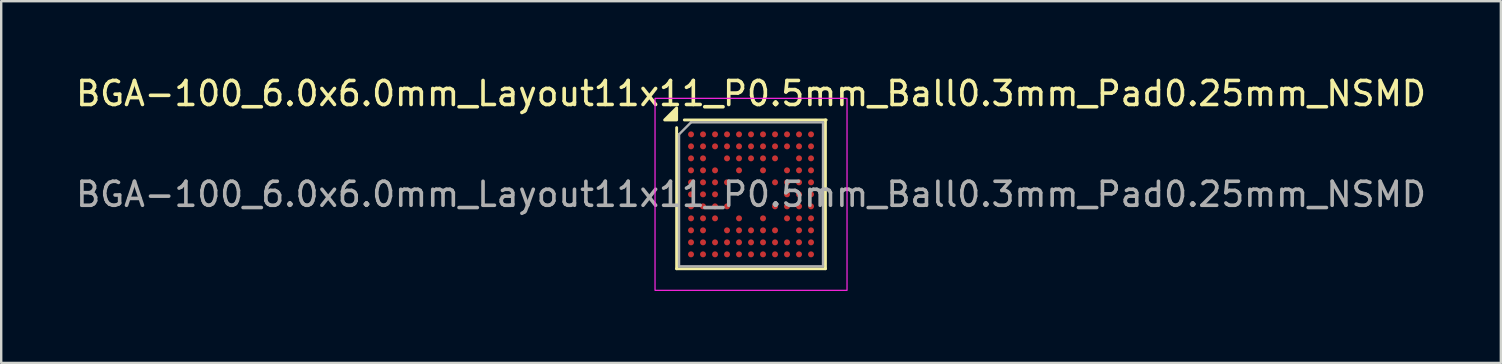
<source format=kicad_pcb>
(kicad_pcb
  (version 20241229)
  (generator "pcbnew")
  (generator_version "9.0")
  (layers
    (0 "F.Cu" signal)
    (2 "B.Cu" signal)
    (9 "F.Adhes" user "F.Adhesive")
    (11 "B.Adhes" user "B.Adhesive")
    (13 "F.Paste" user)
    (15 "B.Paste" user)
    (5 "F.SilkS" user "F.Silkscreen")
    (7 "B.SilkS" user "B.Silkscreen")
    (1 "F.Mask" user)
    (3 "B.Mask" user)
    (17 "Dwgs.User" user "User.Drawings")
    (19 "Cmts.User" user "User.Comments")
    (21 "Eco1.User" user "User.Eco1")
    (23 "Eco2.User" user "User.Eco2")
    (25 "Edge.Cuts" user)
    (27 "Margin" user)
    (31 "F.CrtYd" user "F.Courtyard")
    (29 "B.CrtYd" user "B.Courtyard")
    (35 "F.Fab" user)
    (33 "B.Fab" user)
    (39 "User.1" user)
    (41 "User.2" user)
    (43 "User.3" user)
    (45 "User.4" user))
  (footprint "BGA-100_6.0x6.0mm_Layout11x11_P0.5mm_Ball0.3mm_Pad0.25mm_NSMD"
    (layer "F.Cu")
    (at 28.244 5.048)
    (property "Reference" "BGA-100_6.0x6.0mm_Layout11x11_P0.5mm_Ball0.3mm_Pad0.25mm_NSMD" (at 0 -4.2 0) (layer "F.SilkS") (effects (font (size 1 1) (thickness 0.15))))
    (attr smd)
    (fp_line (start -3.1 -2.78) (end -3.1 3.1) (stroke (width 0.12) (type solid)) (layer "F.SilkS"))
    (fp_line (start -3.1 3.1) (end 3.1 3.1) (stroke (width 0.12) (type solid)) (layer "F.SilkS"))
    (fp_line (start 3.1 3.1) (end 3.1 -3.1) (stroke (width 0.12) (type solid)) (layer "F.SilkS"))
    (fp_line (start 3.13 -3.1) (end -2.78 -3.1) (stroke (width 0.12) (type solid)) (layer "F.SilkS"))
    (fp_poly (pts (xy -3.1 -3.1) (xy -3.6 -3.1) (xy -3.1 -3.6) (xy -3.1 -3.1)) (stroke (width 0.12) (type solid)) (fill yes) (layer "F.SilkS"))
    (fp_rect (start 4 4) (end -4 -4) (stroke (width 0.05) (type solid)) (fill no) (layer "F.CrtYd"))
    (fp_line (start -3 -2.5) (end -3 3) (stroke (width 0.1) (type solid)) (layer "F.Fab"))
    (fp_line (start -3 3) (end 3 3) (stroke (width 0.1) (type solid)) (layer "F.Fab"))
    (fp_line (start -2.5 -3) (end -3 -2.5) (stroke (width 0.1) (type solid)) (layer "F.Fab"))
    (fp_line (start 3 -3) (end -2.5 -3) (stroke (width 0.1) (type solid)) (layer "F.Fab"))
    (fp_line (start 3 3) (end 3 -3) (stroke (width 0.1) (type solid)) (layer "F.Fab"))
    (fp_text user "${REFERENCE}" (at 0 0 0) (layer "F.Fab") (effects (font (size 1 1) (thickness 0.15))))
    (pad "A1" smd circle (at -2.5 -2.5) (size 0.25 0.25) (property pad_prop_bga) (layers "F.Cu" "F.Mask" "F.Paste"))
    (pad "A2" smd circle (at -2 -2.5) (size 0.25 0.25) (property pad_prop_bga) (layers "F.Cu" "F.Mask" "F.Paste"))
    (pad "A3" smd circle (at -1.5 -2.5) (size 0.25 0.25) (property pad_prop_bga) (layers "F.Cu" "F.Mask" "F.Paste"))
    (pad "A4" smd circle (at -1 -2.5) (size 0.25 0.25) (property pad_prop_bga) (layers "F.Cu" "F.Mask" "F.Paste"))
    (pad "A5" smd circle (at -0.5 -2.5) (size 0.25 0.25) (property pad_prop_bga) (layers "F.Cu" "F.Mask" "F.Paste"))
    (pad "A6" smd circle (at 0 -2.5) (size 0.25 0.25) (property pad_prop_bga) (layers "F.Cu" "F.Mask" "F.Paste"))
    (pad "A7" smd circle (at 0.5 -2.5) (size 0.25 0.25) (property pad_prop_bga) (layers "F.Cu" "F.Mask" "F.Paste"))
    (pad "A8" smd circle (at 1 -2.5) (size 0.25 0.25) (property pad_prop_bga) (layers "F.Cu" "F.Mask" "F.Paste"))
    (pad "A9" smd circle (at 1.5 -2.5) (size 0.25 0.25) (property pad_prop_bga) (layers "F.Cu" "F.Mask" "F.Paste"))
    (pad "A10" smd circle (at 2 -2.5) (size 0.25 0.25) (property pad_prop_bga) (layers "F.Cu" "F.Mask" "F.Paste"))
    (pad "A11" smd circle (at 2.5 -2.5) (size 0.25 0.25) (property pad_prop_bga) (layers "F.Cu" "F.Mask" "F.Paste"))
    (pad "B1" smd circle (at -2.5 -2) (size 0.25 0.25) (property pad_prop_bga) (layers "F.Cu" "F.Mask" "F.Paste"))
    (pad "B2" smd circle (at -2 -2) (size 0.25 0.25) (property pad_prop_bga) (layers "F.Cu" "F.Mask" "F.Paste"))
    (pad "B3" smd circle (at -1.5 -2) (size 0.25 0.25) (property pad_prop_bga) (layers "F.Cu" "F.Mask" "F.Paste"))
    (pad "B4" smd circle (at -1 -2) (size 0.25 0.25) (property pad_prop_bga) (layers "F.Cu" "F.Mask" "F.Paste"))
    (pad "B5" smd circle (at -0.5 -2) (size 0.25 0.25) (property pad_prop_bga) (layers "F.Cu" "F.Mask" "F.Paste"))
    (pad "B6" smd circle (at 0 -2) (size 0.25 0.25) (property pad_prop_bga) (layers "F.Cu" "F.Mask" "F.Paste"))
    (pad "B7" smd circle (at 0.5 -2) (size 0.25 0.25) (property pad_prop_bga) (layers "F.Cu" "F.Mask" "F.Paste"))
    (pad "B8" smd circle (at 1 -2) (size 0.25 0.25) (property pad_prop_bga) (layers "F.Cu" "F.Mask" "F.Paste"))
    (pad "B9" smd circle (at 1.5 -2) (size 0.25 0.25) (property pad_prop_bga) (layers "F.Cu" "F.Mask" "F.Paste"))
    (pad "B10" smd circle (at 2 -2) (size 0.25 0.25) (property pad_prop_bga) (layers "F.Cu" "F.Mask" "F.Paste"))
    (pad "B11" smd circle (at 2.5 -2) (size 0.25 0.25) (property pad_prop_bga) (layers "F.Cu" "F.Mask" "F.Paste"))
    (pad "C1" smd circle (at -2.5 -1.5) (size 0.25 0.25) (property pad_prop_bga) (layers "F.Cu" "F.Mask" "F.Paste"))
    (pad "C2" smd circle (at -2 -1.5) (size 0.25 0.25) (property pad_prop_bga) (layers "F.Cu" "F.Mask" "F.Paste"))
    (pad "C4" smd circle (at -1 -1.5) (size 0.25 0.25) (property pad_prop_bga) (layers "F.Cu" "F.Mask" "F.Paste"))
    (pad "C5" smd circle (at -0.5 -1.5) (size 0.25 0.25) (property pad_prop_bga) (layers "F.Cu" "F.Mask" "F.Paste"))
    (pad "C6" smd circle (at 0 -1.5) (size 0.25 0.25) (property pad_prop_bga) (layers "F.Cu" "F.Mask" "F.Paste"))
    (pad "C7" smd circle (at 0.5 -1.5) (size 0.25 0.25) (property pad_prop_bga) (layers "F.Cu" "F.Mask" "F.Paste"))
    (pad "C8" smd circle (at 1 -1.5) (size 0.25 0.25) (property pad_prop_bga) (layers "F.Cu" "F.Mask" "F.Paste"))
    (pad "C10" smd circle (at 2 -1.5) (size 0.25 0.25) (property pad_prop_bga) (layers "F.Cu" "F.Mask" "F.Paste"))
    (pad "C11" smd circle (at 2.5 -1.5) (size 0.25 0.25) (property pad_prop_bga) (layers "F.Cu" "F.Mask" "F.Paste"))
    (pad "D1" smd circle (at -2.5 -1) (size 0.25 0.25) (property pad_prop_bga) (layers "F.Cu" "F.Mask" "F.Paste"))
    (pad "D2" smd circle (at -2 -1) (size 0.25 0.25) (property pad_prop_bga) (layers "F.Cu" "F.Mask" "F.Paste"))
    (pad "D3" smd circle (at -1.5 -1) (size 0.25 0.25) (property pad_prop_bga) (layers "F.Cu" "F.Mask" "F.Paste"))
    (pad "D5" smd circle (at -0.5 -1) (size 0.25 0.25) (property pad_prop_bga) (layers "F.Cu" "F.Mask" "F.Paste"))
    (pad "D7" smd circle (at 0.5 -1) (size 0.25 0.25) (property pad_prop_bga) (layers "F.Cu" "F.Mask" "F.Paste"))
    (pad "D9" smd circle (at 1.5 -1) (size 0.25 0.25) (property pad_prop_bga) (layers "F.Cu" "F.Mask" "F.Paste"))
    (pad "D10" smd circle (at 2 -1) (size 0.25 0.25) (property pad_prop_bga) (layers "F.Cu" "F.Mask" "F.Paste"))
    (pad "D11" smd circle (at 2.5 -1) (size 0.25 0.25) (property pad_prop_bga) (layers "F.Cu" "F.Mask" "F.Paste"))
    (pad "E1" smd circle (at -2.5 -0.5) (size 0.25 0.25) (property pad_prop_bga) (layers "F.Cu" "F.Mask" "F.Paste"))
    (pad "E2" smd circle (at -2 -0.5) (size 0.25 0.25) (property pad_prop_bga) (layers "F.Cu" "F.Mask" "F.Paste"))
    (pad "E3" smd circle (at -1.5 -0.5) (size 0.25 0.25) (property pad_prop_bga) (layers "F.Cu" "F.Mask" "F.Paste"))
    (pad "E4" smd circle (at -1 -0.5) (size 0.25 0.25) (property pad_prop_bga) (layers "F.Cu" "F.Mask" "F.Paste"))
    (pad "E8" smd circle (at 1 -0.5) (size 0.25 0.25) (property pad_prop_bga) (layers "F.Cu" "F.Mask" "F.Paste"))
    (pad "E9" smd circle (at 1.5 -0.5) (size 0.25 0.25) (property pad_prop_bga) (layers "F.Cu" "F.Mask" "F.Paste"))
    (pad "E10" smd circle (at 2 -0.5) (size 0.25 0.25) (property pad_prop_bga) (layers "F.Cu" "F.Mask" "F.Paste"))
    (pad "E11" smd circle (at 2.5 -0.5) (size 0.25 0.25) (property pad_prop_bga) (layers "F.Cu" "F.Mask" "F.Paste"))
    (pad "F1" smd circle (at -2.5 0) (size 0.25 0.25) (property pad_prop_bga) (layers "F.Cu" "F.Mask" "F.Paste"))
    (pad "F2" smd circle (at -2 0) (size 0.25 0.25) (property pad_prop_bga) (layers "F.Cu" "F.Mask" "F.Paste"))
    (pad "F3" smd circle (at -1.5 0) (size 0.25 0.25) (property pad_prop_bga) (layers "F.Cu" "F.Mask" "F.Paste"))
    (pad "F9" smd circle (at 1.5 0) (size 0.25 0.25) (property pad_prop_bga) (layers "F.Cu" "F.Mask" "F.Paste"))
    (pad "F10" smd circle (at 2 0) (size 0.25 0.25) (property pad_prop_bga) (layers "F.Cu" "F.Mask" "F.Paste"))
    (pad "F11" smd circle (at 2.5 0) (size 0.25 0.25) (property pad_prop_bga) (layers "F.Cu" "F.Mask" "F.Paste"))
    (pad "G1" smd circle (at -2.5 0.5) (size 0.25 0.25) (property pad_prop_bga) (layers "F.Cu" "F.Mask" "F.Paste"))
    (pad "G2" smd circle (at -2 0.5) (size 0.25 0.25) (property pad_prop_bga) (layers "F.Cu" "F.Mask" "F.Paste"))
    (pad "G3" smd circle (at -1.5 0.5) (size 0.25 0.25) (property pad_prop_bga) (layers "F.Cu" "F.Mask" "F.Paste"))
    (pad "G4" smd circle (at -1 0.5) (size 0.25 0.25) (property pad_prop_bga) (layers "F.Cu" "F.Mask" "F.Paste"))
    (pad "G8" smd circle (at 1 0.5) (size 0.25 0.25) (property pad_prop_bga) (layers "F.Cu" "F.Mask" "F.Paste"))
    (pad "G9" smd circle (at 1.5 0.5) (size 0.25 0.25) (property pad_prop_bga) (layers "F.Cu" "F.Mask" "F.Paste"))
    (pad "G10" smd circle (at 2 0.5) (size 0.25 0.25) (property pad_prop_bga) (layers "F.Cu" "F.Mask" "F.Paste"))
    (pad "G11" smd circle (at 2.5 0.5) (size 0.25 0.25) (property pad_prop_bga) (layers "F.Cu" "F.Mask" "F.Paste"))
    (pad "H1" smd circle (at -2.5 1) (size 0.25 0.25) (property pad_prop_bga) (layers "F.Cu" "F.Mask" "F.Paste"))
    (pad "H2" smd circle (at -2 1) (size 0.25 0.25) (property pad_prop_bga) (layers "F.Cu" "F.Mask" "F.Paste"))
    (pad "H3" smd circle (at -1.5 1) (size 0.25 0.25) (property pad_prop_bga) (layers "F.Cu" "F.Mask" "F.Paste"))
    (pad "H5" smd circle (at -0.5 1) (size 0.25 0.25) (property pad_prop_bga) (layers "F.Cu" "F.Mask" "F.Paste"))
    (pad "H7" smd circle (at 0.5 1) (size 0.25 0.25) (property pad_prop_bga) (layers "F.Cu" "F.Mask" "F.Paste"))
    (pad "H9" smd circle (at 1.5 1) (size 0.25 0.25) (property pad_prop_bga) (layers "F.Cu" "F.Mask" "F.Paste"))
    (pad "H10" smd circle (at 2 1) (size 0.25 0.25) (property pad_prop_bga) (layers "F.Cu" "F.Mask" "F.Paste"))
    (pad "H11" smd circle (at 2.5 1) (size 0.25 0.25) (property pad_prop_bga) (layers "F.Cu" "F.Mask" "F.Paste"))
    (pad "J1" smd circle (at -2.5 1.5) (size 0.25 0.25) (property pad_prop_bga) (layers "F.Cu" "F.Mask" "F.Paste"))
    (pad "J2" smd circle (at -2 1.5) (size 0.25 0.25) (property pad_prop_bga) (layers "F.Cu" "F.Mask" "F.Paste"))
    (pad "J4" smd circle (at -1 1.5) (size 0.25 0.25) (property pad_prop_bga) (layers "F.Cu" "F.Mask" "F.Paste"))
    (pad "J5" smd circle (at -0.5 1.5) (size 0.25 0.25) (property pad_prop_bga) (layers "F.Cu" "F.Mask" "F.Paste"))
    (pad "J6" smd circle (at 0 1.5) (size 0.25 0.25) (property pad_prop_bga) (layers "F.Cu" "F.Mask" "F.Paste"))
    (pad "J7" smd circle (at 0.5 1.5) (size 0.25 0.25) (property pad_prop_bga) (layers "F.Cu" "F.Mask" "F.Paste"))
    (pad "J8" smd circle (at 1 1.5) (size 0.25 0.25) (property pad_prop_bga) (layers "F.Cu" "F.Mask" "F.Paste"))
    (pad "J10" smd circle (at 2 1.5) (size 0.25 0.25) (property pad_prop_bga) (layers "F.Cu" "F.Mask" "F.Paste"))
    (pad "J11" smd circle (at 2.5 1.5) (size 0.25 0.25) (property pad_prop_bga) (layers "F.Cu" "F.Mask" "F.Paste"))
    (pad "K1" smd circle (at -2.5 2) (size 0.25 0.25) (property pad_prop_bga) (layers "F.Cu" "F.Mask" "F.Paste"))
    (pad "K2" smd circle (at -2 2) (size 0.25 0.25) (property pad_prop_bga) (layers "F.Cu" "F.Mask" "F.Paste"))
    (pad "K3" smd circle (at -1.5 2) (size 0.25 0.25) (property pad_prop_bga) (layers "F.Cu" "F.Mask" "F.Paste"))
    (pad "K4" smd circle (at -1 2) (size 0.25 0.25) (property pad_prop_bga) (layers "F.Cu" "F.Mask" "F.Paste"))
    (pad "K5" smd circle (at -0.5 2) (size 0.25 0.25) (property pad_prop_bga) (layers "F.Cu" "F.Mask" "F.Paste"))
    (pad "K6" smd circle (at 0 2) (size 0.25 0.25) (property pad_prop_bga) (layers "F.Cu" "F.Mask" "F.Paste"))
    (pad "K7" smd circle (at 0.5 2) (size 0.25 0.25) (property pad_prop_bga) (layers "F.Cu" "F.Mask" "F.Paste"))
    (pad "K8" smd circle (at 1 2) (size 0.25 0.25) (property pad_prop_bga) (layers "F.Cu" "F.Mask" "F.Paste"))
    (pad "K9" smd circle (at 1.5 2) (size 0.25 0.25) (property pad_prop_bga) (layers "F.Cu" "F.Mask" "F.Paste"))
    (pad "K10" smd circle (at 2 2) (size 0.25 0.25) (property pad_prop_bga) (layers "F.Cu" "F.Mask" "F.Paste"))
    (pad "K11" smd circle (at 2.5 2) (size 0.25 0.25) (property pad_prop_bga) (layers "F.Cu" "F.Mask" "F.Paste"))
    (pad "L1" smd circle (at -2.5 2.5) (size 0.25 0.25) (property pad_prop_bga) (layers "F.Cu" "F.Mask" "F.Paste"))
    (pad "L2" smd circle (at -2 2.5) (size 0.25 0.25) (property pad_prop_bga) (layers "F.Cu" "F.Mask" "F.Paste"))
    (pad "L3" smd circle (at -1.5 2.5) (size 0.25 0.25) (property pad_prop_bga) (layers "F.Cu" "F.Mask" "F.Paste"))
    (pad "L4" smd circle (at -1 2.5) (size 0.25 0.25) (property pad_prop_bga) (layers "F.Cu" "F.Mask" "F.Paste"))
    (pad "L5" smd circle (at -0.5 2.5) (size 0.25 0.25) (property pad_prop_bga) (layers "F.Cu" "F.Mask" "F.Paste"))
    (pad "L6" smd circle (at 0 2.5) (size 0.25 0.25) (property pad_prop_bga) (layers "F.Cu" "F.Mask" "F.Paste"))
    (pad "L7" smd circle (at 0.5 2.5) (size 0.25 0.25) (property pad_prop_bga) (layers "F.Cu" "F.Mask" "F.Paste"))
    (pad "L8" smd circle (at 1 2.5) (size 0.25 0.25) (property pad_prop_bga) (layers "F.Cu" "F.Mask" "F.Paste"))
    (pad "L9" smd circle (at 1.5 2.5) (size 0.25 0.25) (property pad_prop_bga) (layers "F.Cu" "F.Mask" "F.Paste"))
    (pad "L10" smd circle (at 2 2.5) (size 0.25 0.25) (property pad_prop_bga) (layers "F.Cu" "F.Mask" "F.Paste"))
    (pad "L11" smd circle (at 2.5 2.5) (size 0.25 0.25) (property pad_prop_bga) (layers "F.Cu" "F.Mask" "F.Paste")))
  (gr_rect
    (start -3 -3)
    (end 59.488 12.073)
    (stroke (width 0.1) (type default))
    (fill no)
    (layer "Edge.Cuts")))
</source>
